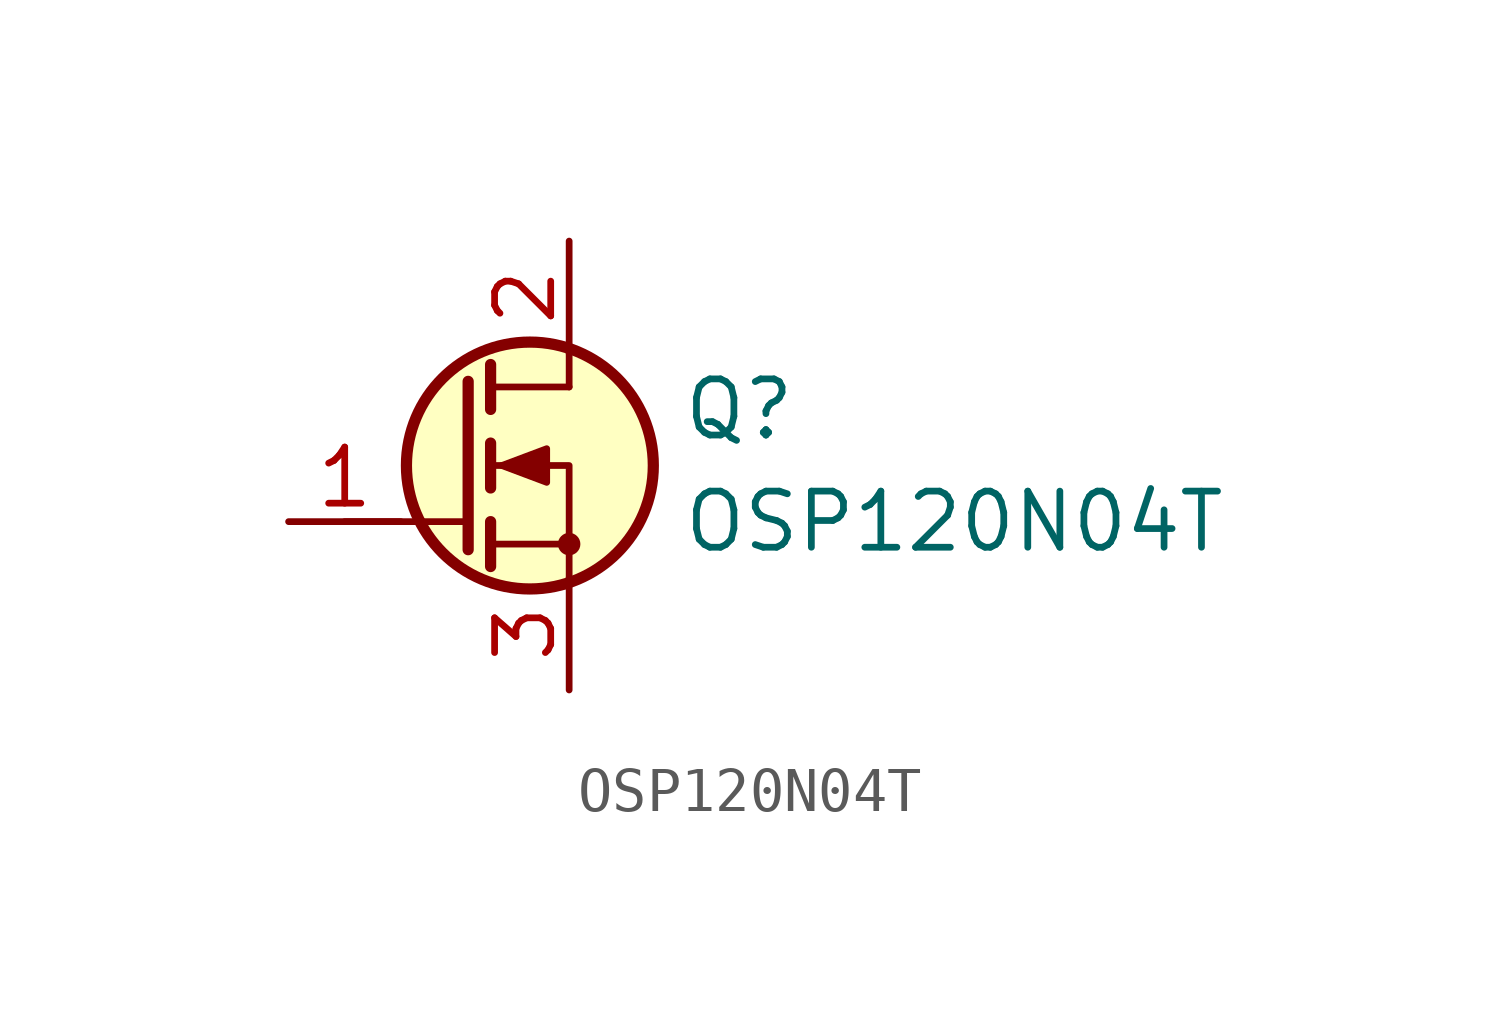
<source format=kicad_sym>
(kicad_symbol_lib
  (version 20241209)
  (generator "kicad_symbol_editor")
  (generator_version "9.0")
  (symbol "OSP120N04T"
    (pin_names
      (hide yes))
    (property "Reference" "Q"
      (at 5.08 1.27 0)
      (effects (font (size 1.27 1.27)) (justify left)))
    (property "Value" "OSP120N04T"
      (at 5.08 -1.27 0)
      (effects (font (size 1.27 1.27)) (justify left)))
    (symbol "OSP120N04T_0_1"
      (polyline (pts (xy 0.254 1.905) (xy 0.254 -1.905)) (stroke (width 0.254) (type default)) (fill (type none)))
      (polyline (pts (xy 0.254 -1.27) (xy -2.54 -1.27)) (stroke (width 0) (type default)) (fill (type none)))
      (polyline (pts (xy 0.762 2.286) (xy 0.762 1.27)) (stroke (width 0.254) (type default)) (fill (type none)))
      (polyline (pts (xy 0.762 0.508) (xy 0.762 -0.508)) (stroke (width 0.254) (type default)) (fill (type none)))
      (polyline (pts (xy 0.762 -1.27) (xy 0.762 -2.286)) (stroke (width 0.254) (type default)) (fill (type none)))
      (polyline (pts (xy 0.762 -1.778) (xy 2.54 -1.778)) (stroke (width 0) (type default)) (fill (type none)))
      (polyline (pts (xy 1.016 0) (xy 2.032 0.381) (xy 2.032 -0.381) (xy 1.016 0)) (stroke (width 0) (type default)) (fill (type outline)))
      (circle (center 1.651 0) (radius 2.794) (stroke (width 0.254) (type default)) (fill (type background)))
      (polyline (pts (xy 2.54 2.54) (xy 2.54 1.778)) (stroke (width 0) (type default)) (fill (type none)))
      (polyline (pts (xy 2.54 1.778) (xy 0.762 1.778)) (stroke (width 0) (type default)) (fill (type none)))
      (circle (center 2.54 -1.778) (radius 0.178) (stroke (width 0) (type default)) (fill (type outline)))
      (polyline (pts (xy 2.54 -2.54) (xy 2.54 0) (xy 0.762 0)) (stroke (width 0) (type default)) (fill (type none))))
    (symbol "OSP120N04T_1_1"
      (pin input line (at -3.81 -1.27 0) (length 2.54) (name "G" (effects (font (size 1.27 1.27)))) (number "1" (effects (font (size 1.27 1.27)))))
      (pin passive line (at 2.54 5.08 270) (length 2.54) (name "D" (effects (font (size 1.27 1.27)))) (number "2" (effects (font (size 1.27 1.27)))))
      (pin passive line (at 2.54 -5.08 90) (length 2.54) (name "S" (effects (font (size 1.27 1.27)))) (number "3" (effects (font (size 1.27 1.27))))))))
</source>
